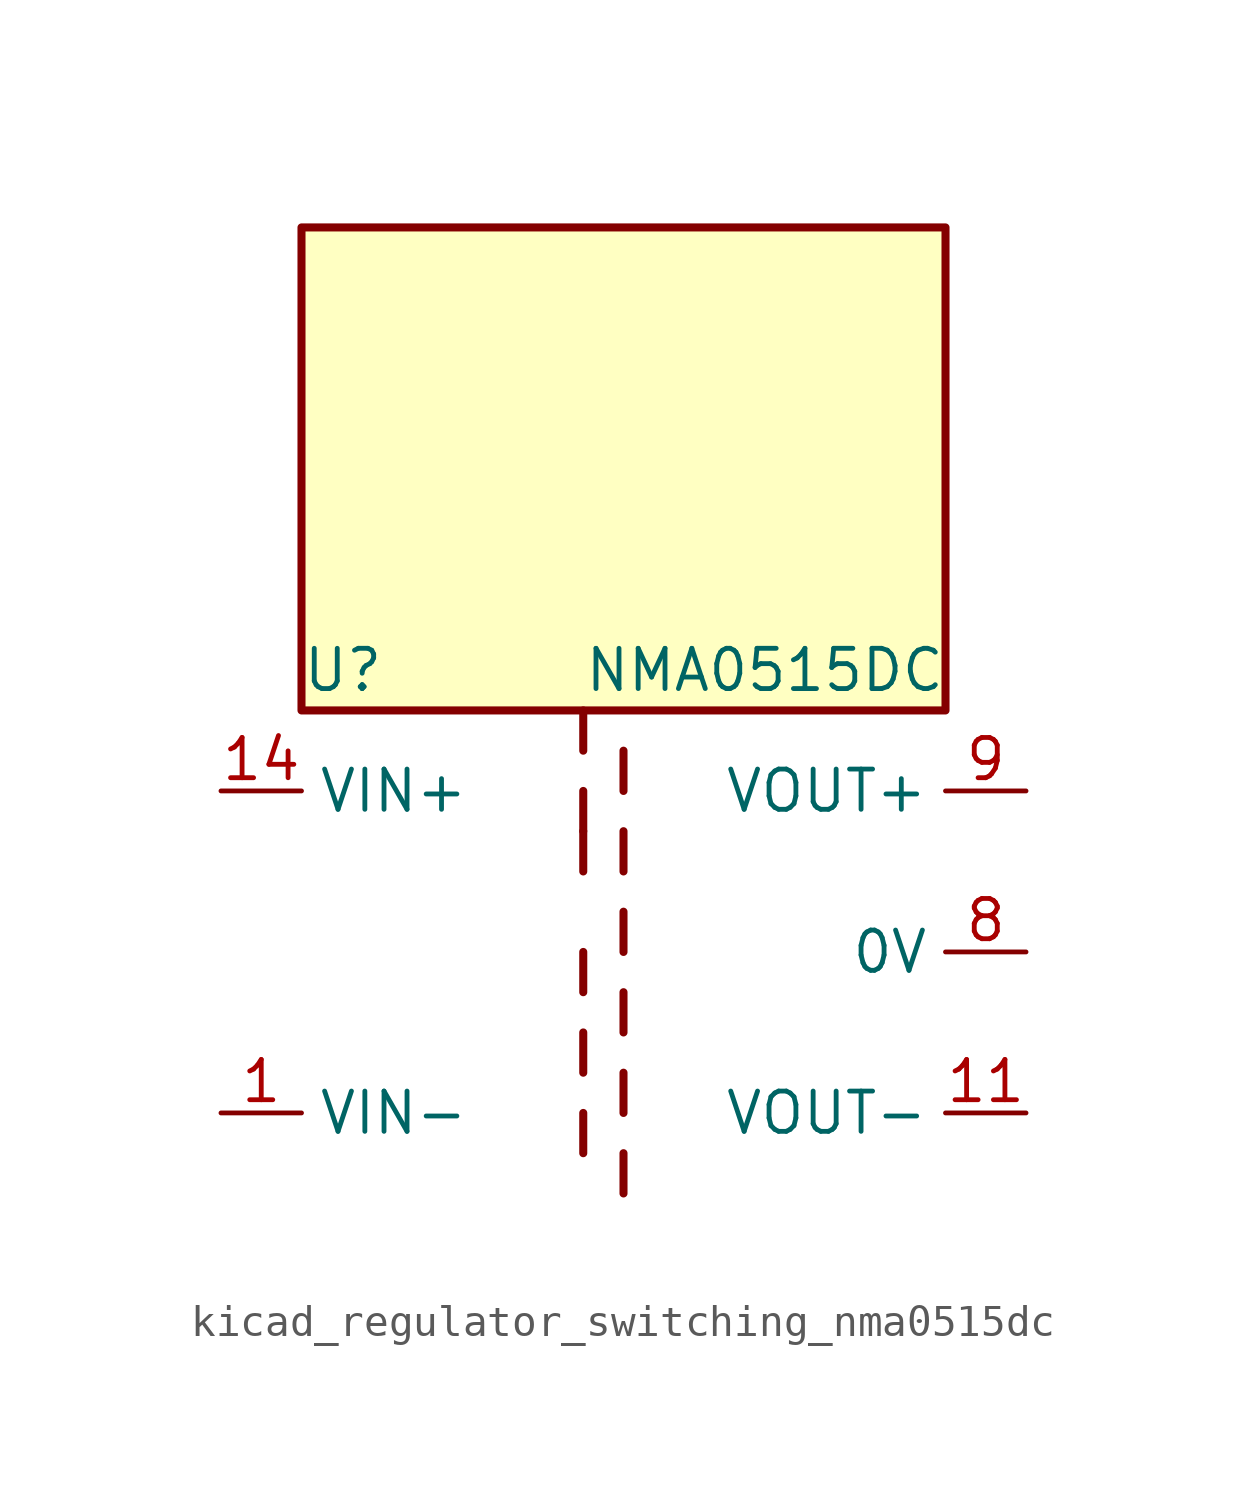
<source format=kicad_sym>
(kicad_symbol_lib
  (version 20220914)
  (generator kicad_symbol_editor)
  (symbol "kicad_regulator_switching_nma0515dc"
    (property "Reference" "U"
      (at -10.16 8.89 0)
      (effects (font (size 1.27 1.27)) (justify left)))
    (property "Value" "NMA0515DC"
      (at -1.27 8.89 0)
      (effects (font (size 1.27 1.27)) (justify left)))
    (symbol "kicad_regulator_switching_nma0515dc_0_1"
      (polyline (pts (xy -1.27 -5.08) (xy -1.27 -6.35)) (stroke (width 0.254) (type default)) (fill (type none)))
      (polyline (pts (xy -1.27 -2.54) (xy -1.27 -3.81)) (stroke (width 0.254) (type default)) (fill (type none)))
      (polyline (pts (xy -1.27 0) (xy -1.27 -1.27)) (stroke (width 0.254) (type default)) (fill (type none)))
      (polyline (pts (xy -1.27 2.54) (xy -1.27 3.81)) (stroke (width 0.254) (type default)) (fill (type none)))
      (polyline (pts (xy -1.27 5.08) (xy -1.27 3.81)) (stroke (width 0.254) (type default)) (fill (type none)))
      (polyline (pts (xy -1.27 7.62) (xy -1.27 6.35)) (stroke (width 0.254) (type default)) (fill (type none)))
      (polyline (pts (xy 0 -7.62) (xy 0 -6.35)) (stroke (width 0.254) (type default)) (fill (type none)))
      (polyline (pts (xy 0 -5.08) (xy 0 -3.81)) (stroke (width 0.254) (type default)) (fill (type none)))
      (polyline (pts (xy 0 -1.27) (xy 0 -2.54)) (stroke (width 0.254) (type default)) (fill (type none)))
      (polyline (pts (xy 0 0) (xy 0 1.27)) (stroke (width 0.254) (type default)) (fill (type none)))
      (polyline (pts (xy 0 2.54) (xy 0 3.81)) (stroke (width 0.254) (type default)) (fill (type none)))
      (polyline (pts (xy 0 5.08) (xy 0 6.35)) (stroke (width 0.254) (type default)) (fill (type none)))
      (rectangle (start 10.16 22.86) (end -10.16 7.62) (stroke (width 0.254) (type default)) (fill (type background))))
    (symbol "kicad_regulator_switching_nma0515dc_1_1"
      (pin power_in line (at -12.7 -5.08 0) (length 2.54) (name "VIN-" (effects (font (size 1.27 1.27)))) (number "1" (effects (font (size 1.27 1.27)))))
      (pin power_out line (at 12.7 -5.08 180) (length 2.54) (name "VOUT-" (effects (font (size 1.27 1.27)))) (number "11" (effects (font (size 1.27 1.27)))))
      (pin power_in line (at -12.7 5.08 0) (length 2.54) (name "VIN+" (effects (font (size 1.27 1.27)))) (number "14" (effects (font (size 1.27 1.27)))))
      (pin no_connect line (at -10.16 0 0) (length 2.54) hide (name "NC" (effects (font (size 1.27 1.27)))) (number "7" (effects (font (size 1.27 1.27)))))
      (pin power_out line (at 12.7 0 180) (length 2.54) (name "0V" (effects (font (size 1.27 1.27)))) (number "8" (effects (font (size 1.27 1.27)))))
      (pin power_out line (at 12.7 5.08 180) (length 2.54) (name "VOUT+" (effects (font (size 1.27 1.27)))) (number "9" (effects (font (size 1.27 1.27))))))))
</source>
